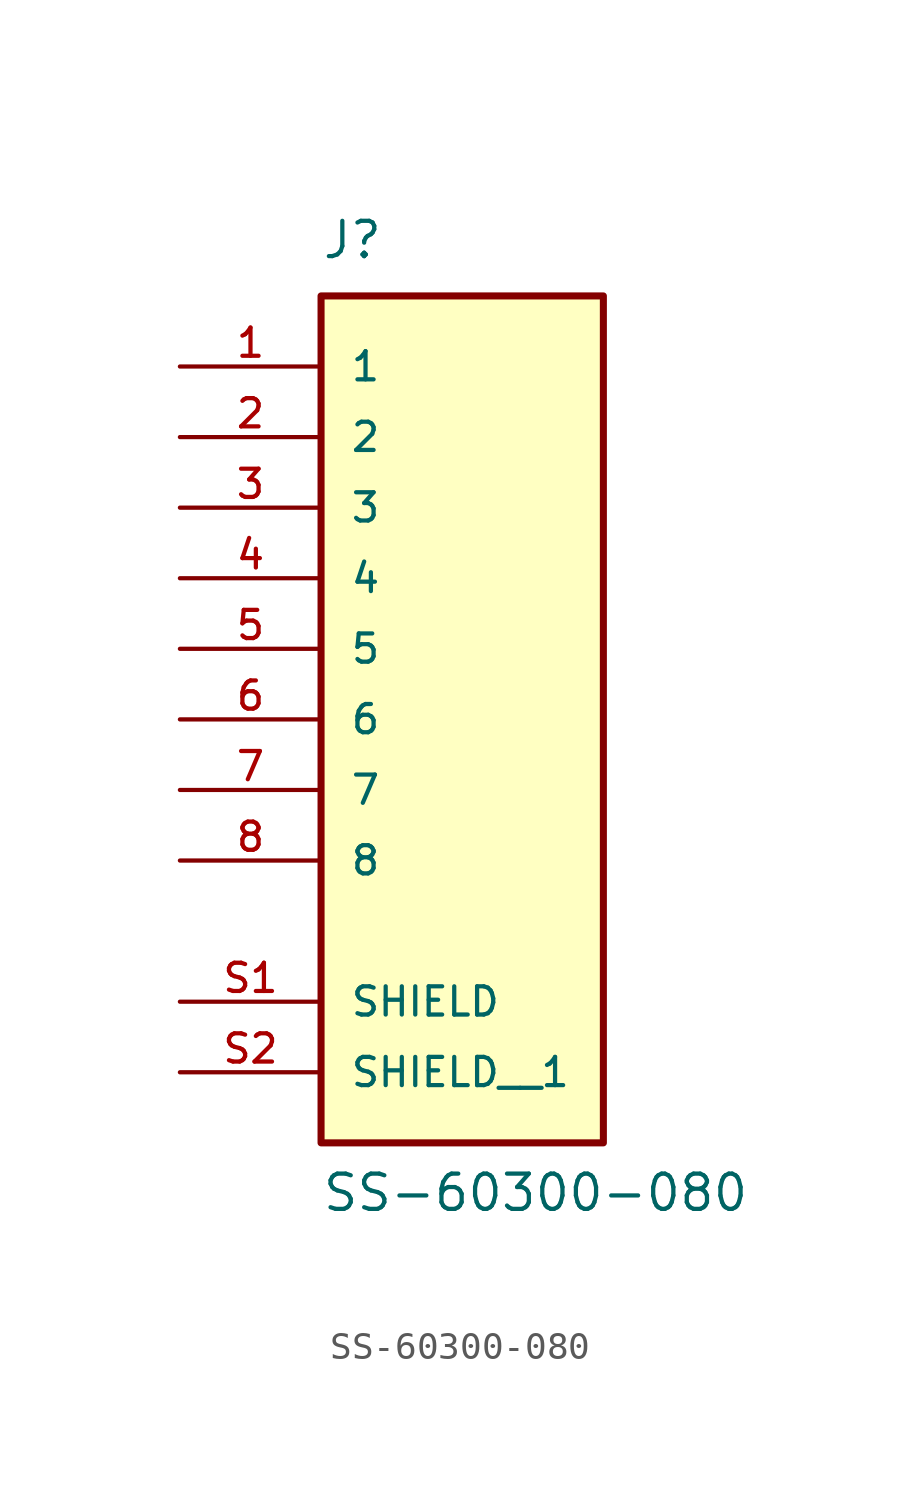
<source format=kicad_sym>
(kicad_symbol_lib
  (version 20211014)
  (generator kicad_symbol_editor)
  (symbol "SS-60300-080"
    (pin_names
      (offset 1.016))
    (property "Reference" "J"
      (at -5.08 13.97 0)
      (effects (font (size 1.27 1.27)) (justify bottom left)))
    (property "Value" "SS-60300-080"
      (at -5.08 -20.32 0)
      (effects (font (size 1.27 1.27)) (justify bottom left)))
    (symbol "SS-60300-080_0_0"
      (rectangle (start -5.08 -17.78) (end 5.08 12.7) (stroke (width 0.254)) (fill (type background)))
      (pin passive line (at -10.16 10.16 0) (length 5.08) (name "1" (effects (font (size 1.016 1.016)))) (number "1" (effects (font (size 1.016 1.016)))))
      (pin passive line (at -10.16 7.62 0) (length 5.08) (name "2" (effects (font (size 1.016 1.016)))) (number "2" (effects (font (size 1.016 1.016)))))
      (pin passive line (at -10.16 5.08 0) (length 5.08) (name "3" (effects (font (size 1.016 1.016)))) (number "3" (effects (font (size 1.016 1.016)))))
      (pin passive line (at -10.16 2.54 0) (length 5.08) (name "4" (effects (font (size 1.016 1.016)))) (number "4" (effects (font (size 1.016 1.016)))))
      (pin passive line (at -10.16 0.0 0) (length 5.08) (name "5" (effects (font (size 1.016 1.016)))) (number "5" (effects (font (size 1.016 1.016)))))
      (pin passive line (at -10.16 -2.54 0) (length 5.08) (name "6" (effects (font (size 1.016 1.016)))) (number "6" (effects (font (size 1.016 1.016)))))
      (pin passive line (at -10.16 -5.08 0) (length 5.08) (name "7" (effects (font (size 1.016 1.016)))) (number "7" (effects (font (size 1.016 1.016)))))
      (pin passive line (at -10.16 -7.62 0) (length 5.08) (name "8" (effects (font (size 1.016 1.016)))) (number "8" (effects (font (size 1.016 1.016)))))
      (pin passive line (at -10.16 -12.7 0) (length 5.08) (name "SHIELD" (effects (font (size 1.016 1.016)))) (number "S1" (effects (font (size 1.016 1.016)))))
      (pin passive line (at -10.16 -15.24 0) (length 5.08) (name "SHIELD__1" (effects (font (size 1.016 1.016)))) (number "S2" (effects (font (size 1.016 1.016))))))))
</source>
